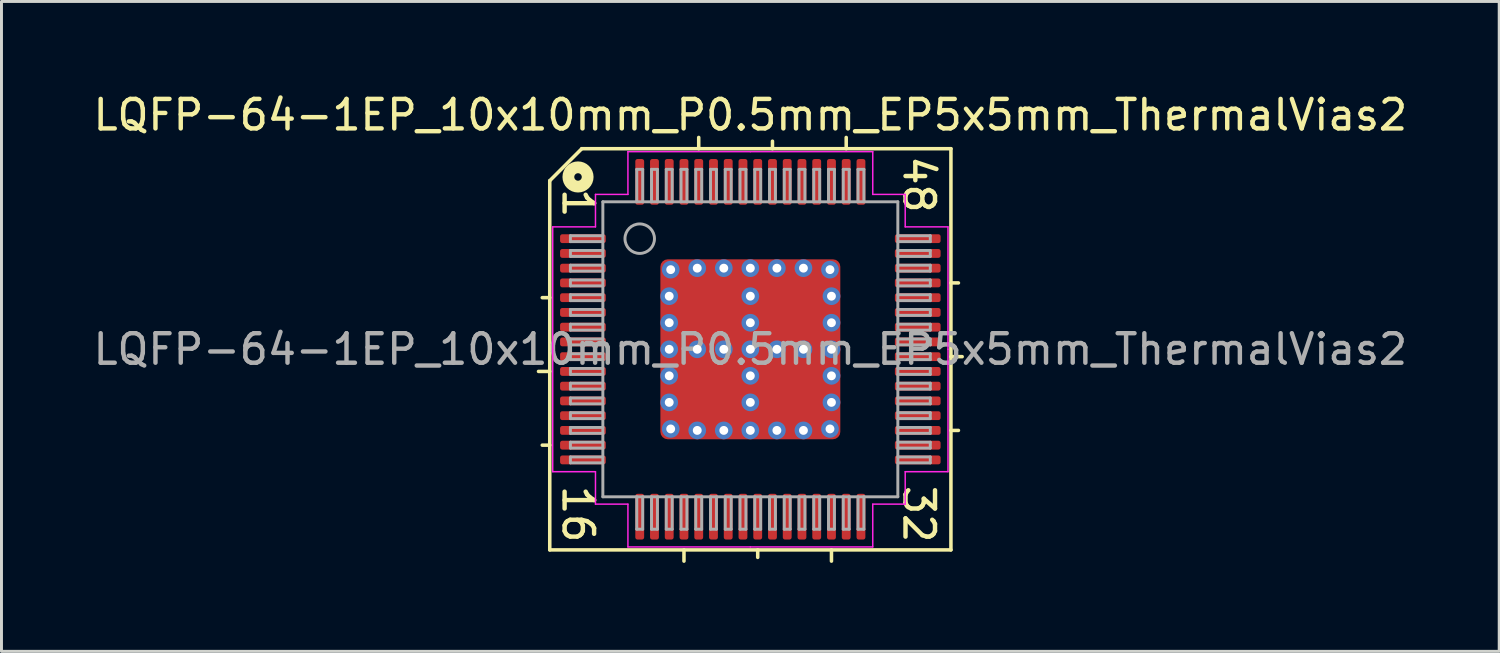
<source format=kicad_pcb>
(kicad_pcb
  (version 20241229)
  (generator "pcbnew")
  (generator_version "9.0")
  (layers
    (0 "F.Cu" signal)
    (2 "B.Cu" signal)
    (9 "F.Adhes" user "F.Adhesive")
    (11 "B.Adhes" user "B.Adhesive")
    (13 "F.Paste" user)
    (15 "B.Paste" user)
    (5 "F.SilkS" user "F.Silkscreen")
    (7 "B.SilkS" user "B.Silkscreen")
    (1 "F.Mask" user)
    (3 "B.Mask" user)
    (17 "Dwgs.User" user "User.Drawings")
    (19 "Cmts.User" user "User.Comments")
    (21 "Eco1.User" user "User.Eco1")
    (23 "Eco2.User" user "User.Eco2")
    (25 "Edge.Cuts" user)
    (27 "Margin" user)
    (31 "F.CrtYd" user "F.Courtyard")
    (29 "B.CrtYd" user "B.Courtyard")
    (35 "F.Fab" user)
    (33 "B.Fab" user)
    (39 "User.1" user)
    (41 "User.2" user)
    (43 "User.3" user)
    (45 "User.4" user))
  (footprint "LQFP-64-1EP_10x10mm_P0.5mm_EP5x5mm_ThermalVias2"
    (layer "F.Cu")
    (at 22.387 8.791)
    (property "Reference" "LQFP-64-1EP_10x10mm_P0.5mm_EP5x5mm_ThermalVias2" (at 0 -7.943 0) (layer "F.SilkS") (effects (font (size 1 1) (thickness 0.15))))
    (attr smd)
    (fp_line (start -6.8 -5.715) (end -6.8 6.8) (stroke (width 0.12) (type solid)) (layer "F.SilkS"))
    (fp_line (start -6.8 -1.75) (end -7.054 -1.75) (stroke (width 0.12) (type solid)) (layer "F.SilkS"))
    (fp_line (start -6.8 0.75) (end -7.181 0.75) (stroke (width 0.12) (type solid)) (layer "F.SilkS"))
    (fp_line (start -6.8 3.25) (end -7.054 3.25) (stroke (width 0.12) (type solid)) (layer "F.SilkS"))
    (fp_line (start -6.8 6.8) (end 6.8 6.8) (stroke (width 0.12) (type solid)) (layer "F.SilkS"))
    (fp_line (start -5.715 -6.8) (end -6.8 -5.715) (stroke (width 0.12) (type solid)) (layer "F.SilkS"))
    (fp_line (start -2.25 6.8) (end -2.25 7.181) (stroke (width 0.12) (type solid)) (layer "F.SilkS"))
    (fp_line (start -1.75 -6.8) (end -1.75 -7.181) (stroke (width 0.12) (type solid)) (layer "F.SilkS"))
    (fp_line (start 0.25 6.8) (end 0.25 7.054) (stroke (width 0.12) (type solid)) (layer "F.SilkS"))
    (fp_line (start 0.75 -6.8) (end 0.75 -7.054) (stroke (width 0.12) (type solid)) (layer "F.SilkS"))
    (fp_line (start 2.75 7.181) (end 2.75 6.8) (stroke (width 0.12) (type solid)) (layer "F.SilkS"))
    (fp_line (start 3.25 -6.8) (end 3.25 -7.181) (stroke (width 0.12) (type solid)) (layer "F.SilkS"))
    (fp_line (start 6.8 -6.8) (end -5.715 -6.8) (stroke (width 0.12) (type solid)) (layer "F.SilkS"))
    (fp_line (start 6.8 -2.25) (end 7.054 -2.25) (stroke (width 0.12) (type solid)) (layer "F.SilkS"))
    (fp_line (start 6.8 0.25) (end 7.181 0.25) (stroke (width 0.12) (type solid)) (layer "F.SilkS"))
    (fp_line (start 6.8 2.75) (end 7.054 2.75) (stroke (width 0.12) (type solid)) (layer "F.SilkS"))
    (fp_line (start 6.8 6.8) (end 6.8 -6.8) (stroke (width 0.12) (type solid)) (layer "F.SilkS"))
    (fp_circle (center -5.842 -5.842) (end -5.715 -5.842) (stroke (width 0.4) (type solid)) (fill no) (layer "F.SilkS"))
    (fp_line (start -6.7 -4.15) (end -6.7 0) (stroke (width 0.05) (type solid)) (layer "F.CrtYd"))
    (fp_line (start -6.7 4.15) (end -6.7 0) (stroke (width 0.05) (type solid)) (layer "F.CrtYd"))
    (fp_line (start -5.25 -5.25) (end -5.25 -4.15) (stroke (width 0.05) (type solid)) (layer "F.CrtYd"))
    (fp_line (start -5.25 -4.15) (end -6.7 -4.15) (stroke (width 0.05) (type solid)) (layer "F.CrtYd"))
    (fp_line (start -5.25 4.15) (end -6.7 4.15) (stroke (width 0.05) (type solid)) (layer "F.CrtYd"))
    (fp_line (start -5.25 5.25) (end -5.25 4.15) (stroke (width 0.05) (type solid)) (layer "F.CrtYd"))
    (fp_line (start -4.15 -6.7) (end -4.15 -5.25) (stroke (width 0.05) (type solid)) (layer "F.CrtYd"))
    (fp_line (start -4.15 -5.25) (end -5.25 -5.25) (stroke (width 0.05) (type solid)) (layer "F.CrtYd"))
    (fp_line (start -4.15 5.25) (end -5.25 5.25) (stroke (width 0.05) (type solid)) (layer "F.CrtYd"))
    (fp_line (start -4.15 6.7) (end -4.15 5.25) (stroke (width 0.05) (type solid)) (layer "F.CrtYd"))
    (fp_line (start 0 -6.7) (end -4.15 -6.7) (stroke (width 0.05) (type solid)) (layer "F.CrtYd"))
    (fp_line (start 0 -6.7) (end 4.15 -6.7) (stroke (width 0.05) (type solid)) (layer "F.CrtYd"))
    (fp_line (start 0 6.7) (end -4.15 6.7) (stroke (width 0.05) (type solid)) (layer "F.CrtYd"))
    (fp_line (start 0 6.7) (end 4.15 6.7) (stroke (width 0.05) (type solid)) (layer "F.CrtYd"))
    (fp_line (start 4.15 -6.7) (end 4.15 -5.25) (stroke (width 0.05) (type solid)) (layer "F.CrtYd"))
    (fp_line (start 4.15 -5.25) (end 5.25 -5.25) (stroke (width 0.05) (type solid)) (layer "F.CrtYd"))
    (fp_line (start 4.15 5.25) (end 5.25 5.25) (stroke (width 0.05) (type solid)) (layer "F.CrtYd"))
    (fp_line (start 4.15 6.7) (end 4.15 5.25) (stroke (width 0.05) (type solid)) (layer "F.CrtYd"))
    (fp_line (start 5.25 -5.25) (end 5.25 -4.15) (stroke (width 0.05) (type solid)) (layer "F.CrtYd"))
    (fp_line (start 5.25 -4.15) (end 6.7 -4.15) (stroke (width 0.05) (type solid)) (layer "F.CrtYd"))
    (fp_line (start 5.25 4.15) (end 6.7 4.15) (stroke (width 0.05) (type solid)) (layer "F.CrtYd"))
    (fp_line (start 5.25 5.25) (end 5.25 4.15) (stroke (width 0.05) (type solid)) (layer "F.CrtYd"))
    (fp_line (start 6.7 -4.15) (end 6.7 0) (stroke (width 0.05) (type solid)) (layer "F.CrtYd"))
    (fp_line (start 6.7 4.15) (end 6.7 0) (stroke (width 0.05) (type solid)) (layer "F.CrtYd"))
    (fp_line (start -6.1 -3.85) (end -6.1 -3.65) (stroke (width 0.1) (type solid)) (layer "F.Fab"))
    (fp_line (start -6.1 -3.85) (end -5 -3.85) (stroke (width 0.1) (type solid)) (layer "F.Fab"))
    (fp_line (start -6.1 -3.65) (end -5 -3.65) (stroke (width 0.1) (type solid)) (layer "F.Fab"))
    (fp_line (start -6.1 -3.35) (end -6.1 -3.15) (stroke (width 0.1) (type solid)) (layer "F.Fab"))
    (fp_line (start -6.1 -3.35) (end -5 -3.35) (stroke (width 0.1) (type solid)) (layer "F.Fab"))
    (fp_line (start -6.1 -3.15) (end -5 -3.15) (stroke (width 0.1) (type solid)) (layer "F.Fab"))
    (fp_line (start -6.1 -2.85) (end -6.1 -2.65) (stroke (width 0.1) (type solid)) (layer "F.Fab"))
    (fp_line (start -6.1 -2.85) (end -5 -2.85) (stroke (width 0.1) (type solid)) (layer "F.Fab"))
    (fp_line (start -6.1 -2.65) (end -5 -2.65) (stroke (width 0.1) (type solid)) (layer "F.Fab"))
    (fp_line (start -6.1 -2.35) (end -6.1 -2.15) (stroke (width 0.1) (type solid)) (layer "F.Fab"))
    (fp_line (start -6.1 -2.35) (end -5 -2.35) (stroke (width 0.1) (type solid)) (layer "F.Fab"))
    (fp_line (start -6.1 -2.15) (end -5 -2.15) (stroke (width 0.1) (type solid)) (layer "F.Fab"))
    (fp_line (start -6.1 -1.85) (end -6.1 -1.65) (stroke (width 0.1) (type solid)) (layer "F.Fab"))
    (fp_line (start -6.1 -1.85) (end -5 -1.85) (stroke (width 0.1) (type solid)) (layer "F.Fab"))
    (fp_line (start -6.1 -1.65) (end -5 -1.65) (stroke (width 0.1) (type solid)) (layer "F.Fab"))
    (fp_line (start -6.1 -1.35) (end -6.1 -1.15) (stroke (width 0.1) (type solid)) (layer "F.Fab"))
    (fp_line (start -6.1 -1.35) (end -5 -1.35) (stroke (width 0.1) (type solid)) (layer "F.Fab"))
    (fp_line (start -6.1 -1.15) (end -5 -1.15) (stroke (width 0.1) (type solid)) (layer "F.Fab"))
    (fp_line (start -6.1 -0.85) (end -6.1 -0.65) (stroke (width 0.1) (type solid)) (layer "F.Fab"))
    (fp_line (start -6.1 -0.85) (end -5 -0.85) (stroke (width 0.1) (type solid)) (layer "F.Fab"))
    (fp_line (start -6.1 -0.65) (end -5 -0.65) (stroke (width 0.1) (type solid)) (layer "F.Fab"))
    (fp_line (start -6.1 -0.35) (end -6.1 -0.15) (stroke (width 0.1) (type solid)) (layer "F.Fab"))
    (fp_line (start -6.1 -0.35) (end -5 -0.35) (stroke (width 0.1) (type solid)) (layer "F.Fab"))
    (fp_line (start -6.1 -0.15) (end -5 -0.15) (stroke (width 0.1) (type solid)) (layer "F.Fab"))
    (fp_line (start -6.1 0.15) (end -6.1 0.35) (stroke (width 0.1) (type solid)) (layer "F.Fab"))
    (fp_line (start -6.1 0.15) (end -5 0.15) (stroke (width 0.1) (type solid)) (layer "F.Fab"))
    (fp_line (start -6.1 0.35) (end -5 0.35) (stroke (width 0.1) (type solid)) (layer "F.Fab"))
    (fp_line (start -6.1 0.65) (end -6.1 0.85) (stroke (width 0.1) (type solid)) (layer "F.Fab"))
    (fp_line (start -6.1 0.65) (end -5 0.65) (stroke (width 0.1) (type solid)) (layer "F.Fab"))
    (fp_line (start -6.1 0.85) (end -5 0.85) (stroke (width 0.1) (type solid)) (layer "F.Fab"))
    (fp_line (start -6.1 1.15) (end -6.1 1.35) (stroke (width 0.1) (type solid)) (layer "F.Fab"))
    (fp_line (start -6.1 1.15) (end -5 1.15) (stroke (width 0.1) (type solid)) (layer "F.Fab"))
    (fp_line (start -6.1 1.35) (end -5 1.35) (stroke (width 0.1) (type solid)) (layer "F.Fab"))
    (fp_line (start -6.1 1.65) (end -6.1 1.85) (stroke (width 0.1) (type solid)) (layer "F.Fab"))
    (fp_line (start -6.1 1.65) (end -5 1.65) (stroke (width 0.1) (type solid)) (layer "F.Fab"))
    (fp_line (start -6.1 1.85) (end -5 1.85) (stroke (width 0.1) (type solid)) (layer "F.Fab"))
    (fp_line (start -6.1 2.15) (end -6.1 2.35) (stroke (width 0.1) (type solid)) (layer "F.Fab"))
    (fp_line (start -6.1 2.15) (end -5 2.15) (stroke (width 0.1) (type solid)) (layer "F.Fab"))
    (fp_line (start -6.1 2.35) (end -5 2.35) (stroke (width 0.1) (type solid)) (layer "F.Fab"))
    (fp_line (start -6.1 2.65) (end -6.1 2.85) (stroke (width 0.1) (type solid)) (layer "F.Fab"))
    (fp_line (start -6.1 2.65) (end -5 2.65) (stroke (width 0.1) (type solid)) (layer "F.Fab"))
    (fp_line (start -6.1 2.85) (end -5 2.85) (stroke (width 0.1) (type solid)) (layer "F.Fab"))
    (fp_line (start -6.1 3.15) (end -6.1 3.35) (stroke (width 0.1) (type solid)) (layer "F.Fab"))
    (fp_line (start -6.1 3.15) (end -5 3.15) (stroke (width 0.1) (type solid)) (layer "F.Fab"))
    (fp_line (start -6.1 3.35) (end -5 3.35) (stroke (width 0.1) (type solid)) (layer "F.Fab"))
    (fp_line (start -6.1 3.65) (end -6.1 3.85) (stroke (width 0.1) (type solid)) (layer "F.Fab"))
    (fp_line (start -6.1 3.65) (end -5 3.65) (stroke (width 0.1) (type solid)) (layer "F.Fab"))
    (fp_line (start -6.1 3.85) (end -5 3.85) (stroke (width 0.1) (type solid)) (layer "F.Fab"))
    (fp_line (start -5 -5) (end 5 -5) (stroke (width 0.1) (type solid)) (layer "F.Fab"))
    (fp_line (start -5 5) (end -5 -5) (stroke (width 0.1) (type solid)) (layer "F.Fab"))
    (fp_line (start -3.85 -6.1) (end -3.85 -5) (stroke (width 0.1) (type solid)) (layer "F.Fab"))
    (fp_line (start -3.85 6.1) (end -3.85 5) (stroke (width 0.1) (type solid)) (layer "F.Fab"))
    (fp_line (start -3.85 6.1) (end -3.65 6.1) (stroke (width 0.1) (type solid)) (layer "F.Fab"))
    (fp_line (start -3.65 -6.1) (end -3.85 -6.1) (stroke (width 0.1) (type solid)) (layer "F.Fab"))
    (fp_line (start -3.65 -6.1) (end -3.65 -5) (stroke (width 0.1) (type solid)) (layer "F.Fab"))
    (fp_line (start -3.65 6.1) (end -3.65 5) (stroke (width 0.1) (type solid)) (layer "F.Fab"))
    (fp_line (start -3.35 -6.1) (end -3.35 -5) (stroke (width 0.1) (type solid)) (layer "F.Fab"))
    (fp_line (start -3.35 6.1) (end -3.35 5) (stroke (width 0.1) (type solid)) (layer "F.Fab"))
    (fp_line (start -3.35 6.1) (end -3.15 6.1) (stroke (width 0.1) (type solid)) (layer "F.Fab"))
    (fp_line (start -3.15 -6.1) (end -3.35 -6.1) (stroke (width 0.1) (type solid)) (layer "F.Fab"))
    (fp_line (start -3.15 -6.1) (end -3.15 -5) (stroke (width 0.1) (type solid)) (layer "F.Fab"))
    (fp_line (start -3.15 6.1) (end -3.15 5) (stroke (width 0.1) (type solid)) (layer "F.Fab"))
    (fp_line (start -2.85 -6.1) (end -2.85 -5) (stroke (width 0.1) (type solid)) (layer "F.Fab"))
    (fp_line (start -2.85 6.1) (end -2.85 5) (stroke (width 0.1) (type solid)) (layer "F.Fab"))
    (fp_line (start -2.85 6.1) (end -2.65 6.1) (stroke (width 0.1) (type solid)) (layer "F.Fab"))
    (fp_line (start -2.65 -6.1) (end -2.85 -6.1) (stroke (width 0.1) (type solid)) (layer "F.Fab"))
    (fp_line (start -2.65 -6.1) (end -2.65 -5) (stroke (width 0.1) (type solid)) (layer "F.Fab"))
    (fp_line (start -2.65 6.1) (end -2.65 5) (stroke (width 0.1) (type solid)) (layer "F.Fab"))
    (fp_line (start -2.35 -6.1) (end -2.35 -5) (stroke (width 0.1) (type solid)) (layer "F.Fab"))
    (fp_line (start -2.35 6.1) (end -2.35 5) (stroke (width 0.1) (type solid)) (layer "F.Fab"))
    (fp_line (start -2.35 6.1) (end -2.15 6.1) (stroke (width 0.1) (type solid)) (layer "F.Fab"))
    (fp_line (start -2.15 -6.1) (end -2.35 -6.1) (stroke (width 0.1) (type solid)) (layer "F.Fab"))
    (fp_line (start -2.15 -6.1) (end -2.15 -5) (stroke (width 0.1) (type solid)) (layer "F.Fab"))
    (fp_line (start -2.15 6.1) (end -2.15 5) (stroke (width 0.1) (type solid)) (layer "F.Fab"))
    (fp_line (start -1.85 -6.1) (end -1.85 -5) (stroke (width 0.1) (type solid)) (layer "F.Fab"))
    (fp_line (start -1.85 6.1) (end -1.85 5) (stroke (width 0.1) (type solid)) (layer "F.Fab"))
    (fp_line (start -1.85 6.1) (end -1.65 6.1) (stroke (width 0.1) (type solid)) (layer "F.Fab"))
    (fp_line (start -1.65 -6.1) (end -1.85 -6.1) (stroke (width 0.1) (type solid)) (layer "F.Fab"))
    (fp_line (start -1.65 -6.1) (end -1.65 -5) (stroke (width 0.1) (type solid)) (layer "F.Fab"))
    (fp_line (start -1.65 6.1) (end -1.65 5) (stroke (width 0.1) (type solid)) (layer "F.Fab"))
    (fp_line (start -1.35 -6.1) (end -1.35 -5) (stroke (width 0.1) (type solid)) (layer "F.Fab"))
    (fp_line (start -1.35 6.1) (end -1.35 5) (stroke (width 0.1) (type solid)) (layer "F.Fab"))
    (fp_line (start -1.35 6.1) (end -1.15 6.1) (stroke (width 0.1) (type solid)) (layer "F.Fab"))
    (fp_line (start -1.15 -6.1) (end -1.35 -6.1) (stroke (width 0.1) (type solid)) (layer "F.Fab"))
    (fp_line (start -1.15 -6.1) (end -1.15 -5) (stroke (width 0.1) (type solid)) (layer "F.Fab"))
    (fp_line (start -1.15 6.1) (end -1.15 5) (stroke (width 0.1) (type solid)) (layer "F.Fab"))
    (fp_line (start -0.85 -6.1) (end -0.85 -5) (stroke (width 0.1) (type solid)) (layer "F.Fab"))
    (fp_line (start -0.85 6.1) (end -0.85 5) (stroke (width 0.1) (type solid)) (layer "F.Fab"))
    (fp_line (start -0.85 6.1) (end -0.65 6.1) (stroke (width 0.1) (type solid)) (layer "F.Fab"))
    (fp_line (start -0.65 -6.1) (end -0.85 -6.1) (stroke (width 0.1) (type solid)) (layer "F.Fab"))
    (fp_line (start -0.65 -6.1) (end -0.65 -5) (stroke (width 0.1) (type solid)) (layer "F.Fab"))
    (fp_line (start -0.65 6.1) (end -0.65 5) (stroke (width 0.1) (type solid)) (layer "F.Fab"))
    (fp_line (start -0.35 -6.1) (end -0.35 -5) (stroke (width 0.1) (type solid)) (layer "F.Fab"))
    (fp_line (start -0.35 6.1) (end -0.35 5) (stroke (width 0.1) (type solid)) (layer "F.Fab"))
    (fp_line (start -0.35 6.1) (end -0.15 6.1) (stroke (width 0.1) (type solid)) (layer "F.Fab"))
    (fp_line (start -0.15 -6.1) (end -0.35 -6.1) (stroke (width 0.1) (type solid)) (layer "F.Fab"))
    (fp_line (start -0.15 -6.1) (end -0.15 -5) (stroke (width 0.1) (type solid)) (layer "F.Fab"))
    (fp_line (start -0.15 6.1) (end -0.15 5) (stroke (width 0.1) (type solid)) (layer "F.Fab"))
    (fp_line (start 0.15 -6.1) (end 0.15 -5) (stroke (width 0.1) (type solid)) (layer "F.Fab"))
    (fp_line (start 0.15 6.1) (end 0.15 5) (stroke (width 0.1) (type solid)) (layer "F.Fab"))
    (fp_line (start 0.15 6.1) (end 0.35 6.1) (stroke (width 0.1) (type solid)) (layer "F.Fab"))
    (fp_line (start 0.35 -6.1) (end 0.15 -6.1) (stroke (width 0.1) (type solid)) (layer "F.Fab"))
    (fp_line (start 0.35 -6.1) (end 0.35 -5) (stroke (width 0.1) (type solid)) (layer "F.Fab"))
    (fp_line (start 0.35 6.1) (end 0.35 5) (stroke (width 0.1) (type solid)) (layer "F.Fab"))
    (fp_line (start 0.65 -6.1) (end 0.65 -5) (stroke (width 0.1) (type solid)) (layer "F.Fab"))
    (fp_line (start 0.65 6.1) (end 0.65 5) (stroke (width 0.1) (type solid)) (layer "F.Fab"))
    (fp_line (start 0.65 6.1) (end 0.85 6.1) (stroke (width 0.1) (type solid)) (layer "F.Fab"))
    (fp_line (start 0.85 -6.1) (end 0.65 -6.1) (stroke (width 0.1) (type solid)) (layer "F.Fab"))
    (fp_line (start 0.85 -6.1) (end 0.85 -5) (stroke (width 0.1) (type solid)) (layer "F.Fab"))
    (fp_line (start 0.85 6.1) (end 0.85 5) (stroke (width 0.1) (type solid)) (layer "F.Fab"))
    (fp_line (start 1.15 -6.1) (end 1.15 -5) (stroke (width 0.1) (type solid)) (layer "F.Fab"))
    (fp_line (start 1.15 6.1) (end 1.15 5) (stroke (width 0.1) (type solid)) (layer "F.Fab"))
    (fp_line (start 1.15 6.1) (end 1.35 6.1) (stroke (width 0.1) (type solid)) (layer "F.Fab"))
    (fp_line (start 1.35 -6.1) (end 1.15 -6.1) (stroke (width 0.1) (type solid)) (layer "F.Fab"))
    (fp_line (start 1.35 -6.1) (end 1.35 -5) (stroke (width 0.1) (type solid)) (layer "F.Fab"))
    (fp_line (start 1.35 6.1) (end 1.35 5) (stroke (width 0.1) (type solid)) (layer "F.Fab"))
    (fp_line (start 1.65 -6.1) (end 1.65 -5) (stroke (width 0.1) (type solid)) (layer "F.Fab"))
    (fp_line (start 1.65 6.1) (end 1.65 5) (stroke (width 0.1) (type solid)) (layer "F.Fab"))
    (fp_line (start 1.65 6.1) (end 1.85 6.1) (stroke (width 0.1) (type solid)) (layer "F.Fab"))
    (fp_line (start 1.85 -6.1) (end 1.65 -6.1) (stroke (width 0.1) (type solid)) (layer "F.Fab"))
    (fp_line (start 1.85 -6.1) (end 1.85 -5) (stroke (width 0.1) (type solid)) (layer "F.Fab"))
    (fp_line (start 1.85 6.1) (end 1.85 5) (stroke (width 0.1) (type solid)) (layer "F.Fab"))
    (fp_line (start 2.15 -6.1) (end 2.15 -5) (stroke (width 0.1) (type solid)) (layer "F.Fab"))
    (fp_line (start 2.15 6.1) (end 2.15 5) (stroke (width 0.1) (type solid)) (layer "F.Fab"))
    (fp_line (start 2.15 6.1) (end 2.35 6.1) (stroke (width 0.1) (type solid)) (layer "F.Fab"))
    (fp_line (start 2.35 -6.1) (end 2.15 -6.1) (stroke (width 0.1) (type solid)) (layer "F.Fab"))
    (fp_line (start 2.35 -6.1) (end 2.35 -5) (stroke (width 0.1) (type solid)) (layer "F.Fab"))
    (fp_line (start 2.35 6.1) (end 2.35 5) (stroke (width 0.1) (type solid)) (layer "F.Fab"))
    (fp_line (start 2.65 -6.1) (end 2.65 -5) (stroke (width 0.1) (type solid)) (layer "F.Fab"))
    (fp_line (start 2.65 6.1) (end 2.65 5) (stroke (width 0.1) (type solid)) (layer "F.Fab"))
    (fp_line (start 2.65 6.1) (end 2.85 6.1) (stroke (width 0.1) (type solid)) (layer "F.Fab"))
    (fp_line (start 2.85 -6.1) (end 2.65 -6.1) (stroke (width 0.1) (type solid)) (layer "F.Fab"))
    (fp_line (start 2.85 -6.1) (end 2.85 -5) (stroke (width 0.1) (type solid)) (layer "F.Fab"))
    (fp_line (start 2.85 6.1) (end 2.85 5) (stroke (width 0.1) (type solid)) (layer "F.Fab"))
    (fp_line (start 3.15 -6.1) (end 3.15 -5) (stroke (width 0.1) (type solid)) (layer "F.Fab"))
    (fp_line (start 3.15 6.1) (end 3.15 5) (stroke (width 0.1) (type solid)) (layer "F.Fab"))
    (fp_line (start 3.15 6.1) (end 3.35 6.1) (stroke (width 0.1) (type solid)) (layer "F.Fab"))
    (fp_line (start 3.35 -6.1) (end 3.15 -6.1) (stroke (width 0.1) (type solid)) (layer "F.Fab"))
    (fp_line (start 3.35 -6.1) (end 3.35 -5) (stroke (width 0.1) (type solid)) (layer "F.Fab"))
    (fp_line (start 3.35 6.1) (end 3.35 5) (stroke (width 0.1) (type solid)) (layer "F.Fab"))
    (fp_line (start 3.65 -6.1) (end 3.65 -5) (stroke (width 0.1) (type solid)) (layer "F.Fab"))
    (fp_line (start 3.65 6.1) (end 3.65 5) (stroke (width 0.1) (type solid)) (layer "F.Fab"))
    (fp_line (start 3.65 6.1) (end 3.85 6.1) (stroke (width 0.1) (type solid)) (layer "F.Fab"))
    (fp_line (start 3.85 -6.1) (end 3.65 -6.1) (stroke (width 0.1) (type solid)) (layer "F.Fab"))
    (fp_line (start 3.85 -6.1) (end 3.85 -5) (stroke (width 0.1) (type solid)) (layer "F.Fab"))
    (fp_line (start 3.85 6.1) (end 3.85 5) (stroke (width 0.1) (type solid)) (layer "F.Fab"))
    (fp_line (start 5 -5) (end 5 5) (stroke (width 0.1) (type solid)) (layer "F.Fab"))
    (fp_line (start 5 5) (end -5 5) (stroke (width 0.1) (type solid)) (layer "F.Fab"))
    (fp_line (start 6.1 -3.85) (end 5 -3.85) (stroke (width 0.1) (type solid)) (layer "F.Fab"))
    (fp_line (start 6.1 -3.65) (end 5 -3.65) (stroke (width 0.1) (type solid)) (layer "F.Fab"))
    (fp_line (start 6.1 -3.65) (end 6.1 -3.85) (stroke (width 0.1) (type solid)) (layer "F.Fab"))
    (fp_line (start 6.1 -3.35) (end 5 -3.35) (stroke (width 0.1) (type solid)) (layer "F.Fab"))
    (fp_line (start 6.1 -3.15) (end 5 -3.15) (stroke (width 0.1) (type solid)) (layer "F.Fab"))
    (fp_line (start 6.1 -3.15) (end 6.1 -3.35) (stroke (width 0.1) (type solid)) (layer "F.Fab"))
    (fp_line (start 6.1 -2.85) (end 5 -2.85) (stroke (width 0.1) (type solid)) (layer "F.Fab"))
    (fp_line (start 6.1 -2.65) (end 5 -2.65) (stroke (width 0.1) (type solid)) (layer "F.Fab"))
    (fp_line (start 6.1 -2.65) (end 6.1 -2.85) (stroke (width 0.1) (type solid)) (layer "F.Fab"))
    (fp_line (start 6.1 -2.35) (end 5 -2.35) (stroke (width 0.1) (type solid)) (layer "F.Fab"))
    (fp_line (start 6.1 -2.15) (end 5 -2.15) (stroke (width 0.1) (type solid)) (layer "F.Fab"))
    (fp_line (start 6.1 -2.15) (end 6.1 -2.35) (stroke (width 0.1) (type solid)) (layer "F.Fab"))
    (fp_line (start 6.1 -1.85) (end 5 -1.85) (stroke (width 0.1) (type solid)) (layer "F.Fab"))
    (fp_line (start 6.1 -1.65) (end 5 -1.65) (stroke (width 0.1) (type solid)) (layer "F.Fab"))
    (fp_line (start 6.1 -1.65) (end 6.1 -1.85) (stroke (width 0.1) (type solid)) (layer "F.Fab"))
    (fp_line (start 6.1 -1.35) (end 5 -1.35) (stroke (width 0.1) (type solid)) (layer "F.Fab"))
    (fp_line (start 6.1 -1.15) (end 5 -1.15) (stroke (width 0.1) (type solid)) (layer "F.Fab"))
    (fp_line (start 6.1 -1.15) (end 6.1 -1.35) (stroke (width 0.1) (type solid)) (layer "F.Fab"))
    (fp_line (start 6.1 -0.85) (end 5 -0.85) (stroke (width 0.1) (type solid)) (layer "F.Fab"))
    (fp_line (start 6.1 -0.65) (end 5 -0.65) (stroke (width 0.1) (type solid)) (layer "F.Fab"))
    (fp_line (start 6.1 -0.65) (end 6.1 -0.85) (stroke (width 0.1) (type solid)) (layer "F.Fab"))
    (fp_line (start 6.1 -0.35) (end 5 -0.35) (stroke (width 0.1) (type solid)) (layer "F.Fab"))
    (fp_line (start 6.1 -0.15) (end 5 -0.15) (stroke (width 0.1) (type solid)) (layer "F.Fab"))
    (fp_line (start 6.1 -0.15) (end 6.1 -0.35) (stroke (width 0.1) (type solid)) (layer "F.Fab"))
    (fp_line (start 6.1 0.15) (end 5 0.15) (stroke (width 0.1) (type solid)) (layer "F.Fab"))
    (fp_line (start 6.1 0.35) (end 5 0.35) (stroke (width 0.1) (type solid)) (layer "F.Fab"))
    (fp_line (start 6.1 0.35) (end 6.1 0.15) (stroke (width 0.1) (type solid)) (layer "F.Fab"))
    (fp_line (start 6.1 0.65) (end 5 0.65) (stroke (width 0.1) (type solid)) (layer "F.Fab"))
    (fp_line (start 6.1 0.85) (end 5 0.85) (stroke (width 0.1) (type solid)) (layer "F.Fab"))
    (fp_line (start 6.1 0.85) (end 6.1 0.65) (stroke (width 0.1) (type solid)) (layer "F.Fab"))
    (fp_line (start 6.1 1.15) (end 5 1.15) (stroke (width 0.1) (type solid)) (layer "F.Fab"))
    (fp_line (start 6.1 1.35) (end 5 1.35) (stroke (width 0.1) (type solid)) (layer "F.Fab"))
    (fp_line (start 6.1 1.35) (end 6.1 1.15) (stroke (width 0.1) (type solid)) (layer "F.Fab"))
    (fp_line (start 6.1 1.65) (end 5 1.65) (stroke (width 0.1) (type solid)) (layer "F.Fab"))
    (fp_line (start 6.1 1.85) (end 5 1.85) (stroke (width 0.1) (type solid)) (layer "F.Fab"))
    (fp_line (start 6.1 1.85) (end 6.1 1.65) (stroke (width 0.1) (type solid)) (layer "F.Fab"))
    (fp_line (start 6.1 2.15) (end 5 2.15) (stroke (width 0.1) (type solid)) (layer "F.Fab"))
    (fp_line (start 6.1 2.35) (end 5 2.35) (stroke (width 0.1) (type solid)) (layer "F.Fab"))
    (fp_line (start 6.1 2.35) (end 6.1 2.15) (stroke (width 0.1) (type solid)) (layer "F.Fab"))
    (fp_line (start 6.1 2.65) (end 5 2.65) (stroke (width 0.1) (type solid)) (layer "F.Fab"))
    (fp_line (start 6.1 2.85) (end 5 2.85) (stroke (width 0.1) (type solid)) (layer "F.Fab"))
    (fp_line (start 6.1 2.85) (end 6.1 2.65) (stroke (width 0.1) (type solid)) (layer "F.Fab"))
    (fp_line (start 6.1 3.15) (end 5 3.15) (stroke (width 0.1) (type solid)) (layer "F.Fab"))
    (fp_line (start 6.1 3.35) (end 5 3.35) (stroke (width 0.1) (type solid)) (layer "F.Fab"))
    (fp_line (start 6.1 3.35) (end 6.1 3.15) (stroke (width 0.1) (type solid)) (layer "F.Fab"))
    (fp_line (start 6.1 3.65) (end 5 3.65) (stroke (width 0.1) (type solid)) (layer "F.Fab"))
    (fp_line (start 6.1 3.85) (end 5 3.85) (stroke (width 0.1) (type solid)) (layer "F.Fab"))
    (fp_line (start 6.1 3.85) (end 6.1 3.65) (stroke (width 0.1) (type solid)) (layer "F.Fab"))
    (fp_circle (center -3.75 -3.75) (end -3.25 -3.75) (stroke (width 0.1) (type solid)) (fill no) (layer "F.Fab"))
    (fp_text user "32" (at 5.715 5.588 270) (unlocked yes) (layer "F.SilkS") (effects (font (size 1 1) (thickness 0.15))))
    (fp_text user "1" (at -5.842 -4.953 270) (unlocked yes) (layer "F.SilkS") (effects (font (size 1 1) (thickness 0.15))))
    (fp_text user "48" (at 5.715 -5.588 270) (unlocked yes) (layer "F.SilkS") (effects (font (size 1 1) (thickness 0.15))))
    (fp_text user "16" (at -5.842 5.588 270) (unlocked yes) (layer "F.SilkS") (effects (font (size 1 1) (thickness 0.15))))
    (fp_text user "${REFERENCE}" (at 0 0 0) (layer "F.Fab") (effects (font (size 1 1) (thickness 0.15))))
    (pad "" smd roundrect (at -1.9 -1.9 90) (size 0.8 0.8) (layers "F.Paste") (roundrect_rratio 0.25))
    (pad "" smd roundrect (at -1.9 -0.85 90) (size 0.8 0.8) (layers "F.Paste") (roundrect_rratio 0.25))
    (pad "" smd roundrect (at -1.9 0.85 90) (size 0.8 0.8) (layers "F.Paste") (roundrect_rratio 0.25))
    (pad "" smd roundrect (at -1.9 1.9 90) (size 0.8 0.8) (layers "F.Paste") (roundrect_rratio 0.25))
    (pad "" smd roundrect (at -1.375 -1.375) (size 2.15 2.15) (layers "F.Mask") (roundrect_rratio 0.116))
    (pad "" smd roundrect (at -1.375 1.375) (size 2.15 2.15) (layers "F.Mask") (roundrect_rratio 0.116))
    (pad "" smd roundrect (at -0.85 -1.9 90) (size 0.8 0.8) (layers "F.Paste") (roundrect_rratio 0.25))
    (pad "" smd roundrect (at -0.85 -0.85 90) (size 0.8 0.8) (layers "F.Paste") (roundrect_rratio 0.25))
    (pad "" smd roundrect (at -0.85 0.85 90) (size 0.8 0.8) (layers "F.Paste") (roundrect_rratio 0.25))
    (pad "" smd roundrect (at -0.85 1.9 90) (size 0.8 0.8) (layers "F.Paste") (roundrect_rratio 0.25))
    (pad "" smd roundrect (at 0.85 -1.9 90) (size 0.8 0.8) (layers "F.Paste") (roundrect_rratio 0.25))
    (pad "" smd roundrect (at 0.85 -0.85 90) (size 0.8 0.8) (layers "F.Paste") (roundrect_rratio 0.25))
    (pad "" smd roundrect (at 0.85 0.85 90) (size 0.8 0.8) (layers "F.Paste") (roundrect_rratio 0.25))
    (pad "" smd roundrect (at 0.85 1.9 90) (size 0.8 0.8) (layers "F.Paste") (roundrect_rratio 0.25))
    (pad "" smd roundrect (at 1.375 -1.375) (size 2.15 2.15) (layers "F.Mask") (roundrect_rratio 0.116))
    (pad "" smd roundrect (at 1.375 1.375) (size 2.15 2.15) (layers "F.Mask") (roundrect_rratio 0.116))
    (pad "" smd roundrect (at 1.9 -1.9 90) (size 0.8 0.8) (layers "F.Paste") (roundrect_rratio 0.25))
    (pad "" smd roundrect (at 1.9 -0.85 90) (size 0.8 0.8) (layers "F.Paste") (roundrect_rratio 0.25))
    (pad "" smd roundrect (at 1.9 0.85 90) (size 0.8 0.8) (layers "F.Paste") (roundrect_rratio 0.25))
    (pad "" smd roundrect (at 1.9 1.9 90) (size 0.8 0.8) (layers "F.Paste") (roundrect_rratio 0.25))
    (pad "1" smd roundrect (at -5.675 -3.75) (size 1.55 0.3) (layers "F.Cu" "F.Mask" "F.Paste") (roundrect_rratio 0.25))
    (pad "2" smd roundrect (at -5.675 -3.25) (size 1.55 0.3) (layers "F.Cu" "F.Mask" "F.Paste") (roundrect_rratio 0.25))
    (pad "3" smd roundrect (at -5.675 -2.75) (size 1.55 0.3) (layers "F.Cu" "F.Mask" "F.Paste") (roundrect_rratio 0.25))
    (pad "4" smd roundrect (at -5.675 -2.25) (size 1.55 0.3) (layers "F.Cu" "F.Mask" "F.Paste") (roundrect_rratio 0.25))
    (pad "5" smd roundrect (at -5.675 -1.75) (size 1.55 0.3) (layers "F.Cu" "F.Mask" "F.Paste") (roundrect_rratio 0.25))
    (pad "6" smd roundrect (at -5.675 -1.25) (size 1.55 0.3) (layers "F.Cu" "F.Mask" "F.Paste") (roundrect_rratio 0.25))
    (pad "7" smd roundrect (at -5.675 -0.75) (size 1.55 0.3) (layers "F.Cu" "F.Mask" "F.Paste") (roundrect_rratio 0.25))
    (pad "8" smd roundrect (at -5.675 -0.25) (size 1.55 0.3) (layers "F.Cu" "F.Mask" "F.Paste") (roundrect_rratio 0.25))
    (pad "9" smd roundrect (at -5.675 0.25) (size 1.55 0.3) (layers "F.Cu" "F.Mask" "F.Paste") (roundrect_rratio 0.25))
    (pad "10" smd roundrect (at -5.675 0.75) (size 1.55 0.3) (layers "F.Cu" "F.Mask" "F.Paste") (roundrect_rratio 0.25))
    (pad "11" smd roundrect (at -5.675 1.25) (size 1.55 0.3) (layers "F.Cu" "F.Mask" "F.Paste") (roundrect_rratio 0.25))
    (pad "12" smd roundrect (at -5.675 1.75) (size 1.55 0.3) (layers "F.Cu" "F.Mask" "F.Paste") (roundrect_rratio 0.25))
    (pad "13" smd roundrect (at -5.675 2.25) (size 1.55 0.3) (layers "F.Cu" "F.Mask" "F.Paste") (roundrect_rratio 0.25))
    (pad "14" smd roundrect (at -5.675 2.75) (size 1.55 0.3) (layers "F.Cu" "F.Mask" "F.Paste") (roundrect_rratio 0.25))
    (pad "15" smd roundrect (at -5.675 3.25) (size 1.55 0.3) (layers "F.Cu" "F.Mask" "F.Paste") (roundrect_rratio 0.25))
    (pad "16" smd roundrect (at -5.675 3.75) (size 1.55 0.3) (layers "F.Cu" "F.Mask" "F.Paste") (roundrect_rratio 0.25))
    (pad "17" smd roundrect (at -3.75 5.675) (size 0.3 1.55) (layers "F.Cu" "F.Mask" "F.Paste") (roundrect_rratio 0.25))
    (pad "18" smd roundrect (at -3.25 5.675) (size 0.3 1.55) (layers "F.Cu" "F.Mask" "F.Paste") (roundrect_rratio 0.25))
    (pad "19" smd roundrect (at -2.75 5.675) (size 0.3 1.55) (layers "F.Cu" "F.Mask" "F.Paste") (roundrect_rratio 0.25))
    (pad "20" smd roundrect (at -2.25 5.675) (size 0.3 1.55) (layers "F.Cu" "F.Mask" "F.Paste") (roundrect_rratio 0.25))
    (pad "21" smd roundrect (at -1.75 5.675) (size 0.3 1.55) (layers "F.Cu" "F.Mask" "F.Paste") (roundrect_rratio 0.25))
    (pad "22" smd roundrect (at -1.25 5.675) (size 0.3 1.55) (layers "F.Cu" "F.Mask" "F.Paste") (roundrect_rratio 0.25))
    (pad "23" smd roundrect (at -0.75 5.675) (size 0.3 1.55) (layers "F.Cu" "F.Mask" "F.Paste") (roundrect_rratio 0.25))
    (pad "24" smd roundrect (at -0.25 5.675) (size 0.3 1.55) (layers "F.Cu" "F.Mask" "F.Paste") (roundrect_rratio 0.25))
    (pad "25" smd roundrect (at 0.25 5.675) (size 0.3 1.55) (layers "F.Cu" "F.Mask" "F.Paste") (roundrect_rratio 0.25))
    (pad "26" smd roundrect (at 0.75 5.675) (size 0.3 1.55) (layers "F.Cu" "F.Mask" "F.Paste") (roundrect_rratio 0.25))
    (pad "27" smd roundrect (at 1.25 5.675) (size 0.3 1.55) (layers "F.Cu" "F.Mask" "F.Paste") (roundrect_rratio 0.25))
    (pad "28" smd roundrect (at 1.75 5.675) (size 0.3 1.55) (layers "F.Cu" "F.Mask" "F.Paste") (roundrect_rratio 0.25))
    (pad "29" smd roundrect (at 2.25 5.675) (size 0.3 1.55) (layers "F.Cu" "F.Mask" "F.Paste") (roundrect_rratio 0.25))
    (pad "30" smd roundrect (at 2.75 5.675) (size 0.3 1.55) (layers "F.Cu" "F.Mask" "F.Paste") (roundrect_rratio 0.25))
    (pad "31" smd roundrect (at 3.25 5.675) (size 0.3 1.55) (layers "F.Cu" "F.Mask" "F.Paste") (roundrect_rratio 0.25))
    (pad "32" smd roundrect (at 3.75 5.675) (size 0.3 1.55) (layers "F.Cu" "F.Mask" "F.Paste") (roundrect_rratio 0.25))
    (pad "33" smd roundrect (at 5.675 3.75) (size 1.55 0.3) (layers "F.Cu" "F.Mask" "F.Paste") (roundrect_rratio 0.25))
    (pad "34" smd roundrect (at 5.675 3.25) (size 1.55 0.3) (layers "F.Cu" "F.Mask" "F.Paste") (roundrect_rratio 0.25))
    (pad "35" smd roundrect (at 5.675 2.75) (size 1.55 0.3) (layers "F.Cu" "F.Mask" "F.Paste") (roundrect_rratio 0.25))
    (pad "36" smd roundrect (at 5.675 2.25) (size 1.55 0.3) (layers "F.Cu" "F.Mask" "F.Paste") (roundrect_rratio 0.25))
    (pad "37" smd roundrect (at 5.675 1.75) (size 1.55 0.3) (layers "F.Cu" "F.Mask" "F.Paste") (roundrect_rratio 0.25))
    (pad "38" smd roundrect (at 5.675 1.25) (size 1.55 0.3) (layers "F.Cu" "F.Mask" "F.Paste") (roundrect_rratio 0.25))
    (pad "39" smd roundrect (at 5.675 0.75) (size 1.55 0.3) (layers "F.Cu" "F.Mask" "F.Paste") (roundrect_rratio 0.25))
    (pad "40" smd roundrect (at 5.675 0.25) (size 1.55 0.3) (layers "F.Cu" "F.Mask" "F.Paste") (roundrect_rratio 0.25))
    (pad "41" smd roundrect (at 5.675 -0.25) (size 1.55 0.3) (layers "F.Cu" "F.Mask" "F.Paste") (roundrect_rratio 0.25))
    (pad "42" smd roundrect (at 5.675 -0.75) (size 1.55 0.3) (layers "F.Cu" "F.Mask" "F.Paste") (roundrect_rratio 0.25))
    (pad "43" smd roundrect (at 5.675 -1.25) (size 1.55 0.3) (layers "F.Cu" "F.Mask" "F.Paste") (roundrect_rratio 0.25))
    (pad "44" smd roundrect (at 5.675 -1.75) (size 1.55 0.3) (layers "F.Cu" "F.Mask" "F.Paste") (roundrect_rratio 0.25))
    (pad "45" smd roundrect (at 5.675 -2.25) (size 1.55 0.3) (layers "F.Cu" "F.Mask" "F.Paste") (roundrect_rratio 0.25))
    (pad "46" smd roundrect (at 5.675 -2.75) (size 1.55 0.3) (layers "F.Cu" "F.Mask" "F.Paste") (roundrect_rratio 0.25))
    (pad "47" smd roundrect (at 5.675 -3.25) (size 1.55 0.3) (layers "F.Cu" "F.Mask" "F.Paste") (roundrect_rratio 0.25))
    (pad "48" smd roundrect (at 5.675 -3.75) (size 1.55 0.3) (layers "F.Cu" "F.Mask" "F.Paste") (roundrect_rratio 0.25))
    (pad "49" smd roundrect (at 3.75 -5.675) (size 0.3 1.55) (layers "F.Cu" "F.Mask" "F.Paste") (roundrect_rratio 0.25))
    (pad "50" smd roundrect (at 3.25 -5.675) (size 0.3 1.55) (layers "F.Cu" "F.Mask" "F.Paste") (roundrect_rratio 0.25))
    (pad "51" smd roundrect (at 2.75 -5.675) (size 0.3 1.55) (layers "F.Cu" "F.Mask" "F.Paste") (roundrect_rratio 0.25))
    (pad "52" smd roundrect (at 2.25 -5.675) (size 0.3 1.55) (layers "F.Cu" "F.Mask" "F.Paste") (roundrect_rratio 0.25))
    (pad "53" smd roundrect (at 1.75 -5.675) (size 0.3 1.55) (layers "F.Cu" "F.Mask" "F.Paste") (roundrect_rratio 0.25))
    (pad "54" smd roundrect (at 1.25 -5.675) (size 0.3 1.55) (layers "F.Cu" "F.Mask" "F.Paste") (roundrect_rratio 0.25))
    (pad "55" smd roundrect (at 0.75 -5.675) (size 0.3 1.55) (layers "F.Cu" "F.Mask" "F.Paste") (roundrect_rratio 0.25))
    (pad "56" smd roundrect (at 0.25 -5.675) (size 0.3 1.55) (layers "F.Cu" "F.Mask" "F.Paste") (roundrect_rratio 0.25))
    (pad "57" smd roundrect (at -0.25 -5.675) (size 0.3 1.55) (layers "F.Cu" "F.Mask" "F.Paste") (roundrect_rratio 0.25))
    (pad "58" smd roundrect (at -0.75 -5.675) (size 0.3 1.55) (layers "F.Cu" "F.Mask" "F.Paste") (roundrect_rratio 0.25))
    (pad "59" smd roundrect (at -1.25 -5.675) (size 0.3 1.55) (layers "F.Cu" "F.Mask" "F.Paste") (roundrect_rratio 0.25))
    (pad "60" smd roundrect (at -1.75 -5.675) (size 0.3 1.55) (layers "F.Cu" "F.Mask" "F.Paste") (roundrect_rratio 0.25))
    (pad "61" smd roundrect (at -2.25 -5.675) (size 0.3 1.55) (layers "F.Cu" "F.Mask" "F.Paste") (roundrect_rratio 0.25))
    (pad "62" smd roundrect (at -2.75 -5.675) (size 0.3 1.55) (layers "F.Cu" "F.Mask" "F.Paste") (roundrect_rratio 0.25))
    (pad "63" smd roundrect (at -3.25 -5.675) (size 0.3 1.55) (layers "F.Cu" "F.Mask" "F.Paste") (roundrect_rratio 0.25))
    (pad "64" smd roundrect (at -3.75 -5.675) (size 0.3 1.55) (layers "F.Cu" "F.Mask" "F.Paste") (roundrect_rratio 0.25))
    (pad "65" thru_hole circle (at -2.75 -1.8) (size 0.6 0.6) (drill 0.3) (property pad_prop_heatsink) (layers "*.Cu" "*.Mask"))
    (pad "65" thru_hole circle (at -2.75 -0.9) (size 0.6 0.6) (drill 0.3) (property pad_prop_heatsink) (layers "*.Cu" "*.Mask"))
    (pad "65" thru_hole circle (at -2.75 0) (size 0.6 0.6) (drill 0.3) (property pad_prop_heatsink) (layers "*.Cu" "*.Mask"))
    (pad "65" thru_hole circle (at -2.75 0.9) (size 0.6 0.6) (drill 0.3) (property pad_prop_heatsink) (layers "*.Cu" "*.Mask"))
    (pad "65" thru_hole circle (at -2.75 1.8) (size 0.6 0.6) (drill 0.3) (property pad_prop_heatsink) (layers "*.Cu" "*.Mask"))
    (pad "65" thru_hole circle (at -2.7 -2.7) (size 0.6 0.6) (drill 0.3) (property pad_prop_heatsink) (layers "*.Cu" "*.Mask"))
    (pad "65" thru_hole circle (at -2.7 2.7) (size 0.6 0.6) (drill 0.3) (property pad_prop_heatsink) (layers "*.Cu" "*.Mask"))
    (pad "65" thru_hole circle (at -1.8 -2.75) (size 0.6 0.6) (drill 0.3) (property pad_prop_heatsink) (layers "*.Cu" "*.Mask"))
    (pad "65" thru_hole circle (at -1.8 0) (size 0.6 0.6) (drill 0.3) (property pad_prop_heatsink) (layers "*.Cu" "*.Mask"))
    (pad "65" thru_hole circle (at -1.8 2.75) (size 0.6 0.6) (drill 0.3) (property pad_prop_heatsink) (layers "*.Cu" "*.Mask"))
    (pad "65" thru_hole circle (at -0.9 -2.75) (size 0.6 0.6) (drill 0.3) (property pad_prop_heatsink) (layers "*.Cu" "*.Mask"))
    (pad "65" thru_hole circle (at -0.9 0) (size 0.6 0.6) (drill 0.3) (property pad_prop_heatsink) (layers "*.Cu" "*.Mask"))
    (pad "65" thru_hole circle (at -0.9 2.75) (size 0.6 0.6) (drill 0.3) (property pad_prop_heatsink) (layers "*.Cu" "*.Mask"))
    (pad "65" thru_hole circle (at 0 -2.75) (size 0.6 0.6) (drill 0.3) (property pad_prop_heatsink) (layers "*.Cu" "*.Mask"))
    (pad "65" thru_hole circle (at 0 -1.8) (size 0.6 0.6) (drill 0.3) (property pad_prop_heatsink) (layers "*.Cu" "*.Mask"))
    (pad "65" thru_hole circle (at 0 -0.9) (size 0.6 0.6) (drill 0.3) (property pad_prop_heatsink) (layers "*.Cu" "*.Mask"))
    (pad "65" thru_hole circle (at 0 0) (size 0.6 0.6) (drill 0.3) (property pad_prop_heatsink) (layers "*.Cu" "*.Mask"))
    (pad "65" smd roundrect (at 0 0) (size 6.1 6.1) (layers "F.Cu") (roundrect_rratio 0.041))
    (pad "65" thru_hole circle (at 0 0.9) (size 0.6 0.6) (drill 0.3) (property pad_prop_heatsink) (layers "*.Cu" "*.Mask"))
    (pad "65" thru_hole circle (at 0 1.8) (size 0.6 0.6) (drill 0.3) (property pad_prop_heatsink) (layers "*.Cu" "*.Mask"))
    (pad "65" thru_hole circle (at 0 2.75) (size 0.6 0.6) (drill 0.3) (property pad_prop_heatsink) (layers "*.Cu" "*.Mask"))
    (pad "65" thru_hole circle (at 0.9 -2.75) (size 0.6 0.6) (drill 0.3) (property pad_prop_heatsink) (layers "*.Cu" "*.Mask"))
    (pad "65" thru_hole circle (at 0.9 0) (size 0.6 0.6) (drill 0.3) (property pad_prop_heatsink) (layers "*.Cu" "*.Mask"))
    (pad "65" thru_hole circle (at 0.9 2.75) (size 0.6 0.6) (drill 0.3) (property pad_prop_heatsink) (layers "*.Cu" "*.Mask"))
    (pad "65" thru_hole circle (at 1.8 -2.75) (size 0.6 0.6) (drill 0.3) (property pad_prop_heatsink) (layers "*.Cu" "*.Mask"))
    (pad "65" thru_hole circle (at 1.8 0) (size 0.6 0.6) (drill 0.3) (property pad_prop_heatsink) (layers "*.Cu" "*.Mask"))
    (pad "65" thru_hole circle (at 1.8 2.75) (size 0.6 0.6) (drill 0.3) (property pad_prop_heatsink) (layers "*.Cu" "*.Mask"))
    (pad "65" thru_hole circle (at 2.7 -2.7) (size 0.6 0.6) (drill 0.3) (property pad_prop_heatsink) (layers "*.Cu" "*.Mask"))
    (pad "65" thru_hole circle (at 2.7 2.7) (size 0.6 0.6) (drill 0.3) (property pad_prop_heatsink) (layers "*.Cu" "*.Mask"))
    (pad "65" thru_hole circle (at 2.75 -1.8) (size 0.6 0.6) (drill 0.3) (property pad_prop_heatsink) (layers "*.Cu" "*.Mask"))
    (pad "65" thru_hole circle (at 2.75 -0.9) (size 0.6 0.6) (drill 0.3) (property pad_prop_heatsink) (layers "*.Cu" "*.Mask"))
    (pad "65" thru_hole circle (at 2.75 0) (size 0.6 0.6) (drill 0.3) (property pad_prop_heatsink) (layers "*.Cu" "*.Mask"))
    (pad "65" thru_hole circle (at 2.75 0.9) (size 0.6 0.6) (drill 0.3) (property pad_prop_heatsink) (layers "*.Cu" "*.Mask"))
    (pad "65" thru_hole circle (at 2.75 1.8) (size 0.6 0.6) (drill 0.3) (property pad_prop_heatsink) (layers "*.Cu" "*.Mask")))
  (gr_rect
    (start -3 -3)
    (end 47.774 19.032)
    (stroke (width 0.1) (type default))
    (fill no)
    (layer "Edge.Cuts")))
</source>
